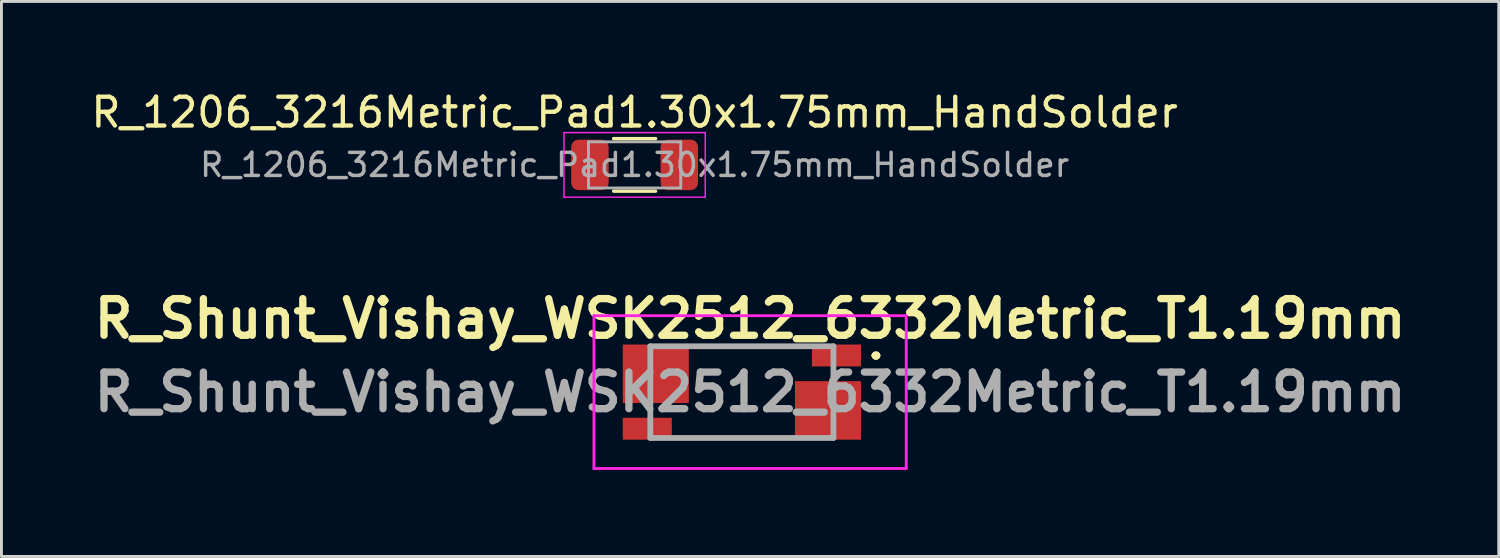
<source format=kicad_pcb>
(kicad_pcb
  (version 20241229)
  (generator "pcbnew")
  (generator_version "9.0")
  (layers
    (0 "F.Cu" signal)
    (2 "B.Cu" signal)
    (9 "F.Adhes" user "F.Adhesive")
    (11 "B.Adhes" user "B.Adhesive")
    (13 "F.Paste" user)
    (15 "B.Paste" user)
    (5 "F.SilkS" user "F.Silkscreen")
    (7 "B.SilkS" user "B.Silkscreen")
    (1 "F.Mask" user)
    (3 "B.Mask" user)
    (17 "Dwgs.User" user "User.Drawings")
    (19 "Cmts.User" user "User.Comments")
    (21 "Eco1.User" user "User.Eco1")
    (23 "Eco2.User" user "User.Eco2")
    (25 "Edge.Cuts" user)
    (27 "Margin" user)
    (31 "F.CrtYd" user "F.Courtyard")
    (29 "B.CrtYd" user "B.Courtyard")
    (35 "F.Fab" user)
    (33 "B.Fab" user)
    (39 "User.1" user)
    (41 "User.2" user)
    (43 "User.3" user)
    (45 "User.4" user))
  (footprint "R_Shunt_Vishay_WSK2512_6332Metric_T1.19mm"
    (layer "F.Cu")
    (at 22.678 10.548)
    (property "Reference" "R_Shunt_Vishay_WSK2512_6332Metric_T1.19mm" (at 0.285 -2.546 0) (layer "F.SilkS") (effects (font (size 1.27 1.27) (thickness 0.254))))
    (attr smd)
    (fp_line (start -1.75 1.59) (end -1.75 1.59) (stroke (width 0.1) (type solid)) (layer "F.SilkS"))
    (fp_line (start -1.75 1.59) (end 1.25 1.59) (stroke (width 0.1) (type solid)) (layer "F.SilkS"))
    (fp_line (start -1.25 -1.59) (end -1.25 -1.59) (stroke (width 0.1) (type solid)) (layer "F.SilkS"))
    (fp_line (start -1.25 -1.59) (end 1.75 -1.59) (stroke (width 0.1) (type solid)) (layer "F.SilkS"))
    (fp_line (start 1.25 1.59) (end -1.75 1.59) (stroke (width 0.1) (type solid)) (layer "F.SilkS"))
    (fp_line (start 1.25 1.59) (end 1.25 1.59) (stroke (width 0.1) (type solid)) (layer "F.SilkS"))
    (fp_line (start 1.75 -1.59) (end -1.25 -1.59) (stroke (width 0.1) (type solid)) (layer "F.SilkS"))
    (fp_line (start 1.75 -1.59) (end 1.75 -1.59) (stroke (width 0.1) (type solid)) (layer "F.SilkS"))
    (fp_line (start 4.6 -1.27) (end 4.6 -1.27) (stroke (width 0.2) (type solid)) (layer "F.SilkS"))
    (fp_line (start 4.6 -1.27) (end 4.6 -1.27) (stroke (width 0.2) (type solid)) (layer "F.SilkS"))
    (fp_line (start 4.7 -1.27) (end 4.7 -1.27) (stroke (width 0.2) (type solid)) (layer "F.SilkS"))
    (fp_arc (start 4.6 -1.27) (mid 4.65 -1.32) (end 4.7 -1.27) (stroke (width 0.2) (type solid)) (layer "F.SilkS"))
    (fp_arc (start 4.7 -1.27) (mid 4.65 -1.22) (end 4.6 -1.27) (stroke (width 0.2) (type solid)) (layer "F.SilkS"))
    (fp_arc (start 4.7 -1.27) (mid 4.65 -1.22) (end 4.6 -1.27) (stroke (width 0.2) (type solid)) (layer "F.SilkS"))
    (fp_line (start -5.13 -2.65) (end 5.7 -2.65) (stroke (width 0.1) (type solid)) (layer "F.CrtYd"))
    (fp_line (start -5.13 2.65) (end -5.13 -2.65) (stroke (width 0.1) (type solid)) (layer "F.CrtYd"))
    (fp_line (start 5.7 -2.65) (end 5.7 2.65) (stroke (width 0.1) (type solid)) (layer "F.CrtYd"))
    (fp_line (start 5.7 2.65) (end -5.13 2.65) (stroke (width 0.1) (type solid)) (layer "F.CrtYd"))
    (fp_line (start -3.175 -1.59) (end -3.175 1.59) (stroke (width 0.2) (type solid)) (layer "F.Fab"))
    (fp_line (start -3.175 1.59) (end 3.175 1.59) (stroke (width 0.2) (type solid)) (layer "F.Fab"))
    (fp_line (start 3.175 -1.59) (end -3.175 -1.59) (stroke (width 0.2) (type solid)) (layer "F.Fab"))
    (fp_line (start 3.175 1.59) (end 3.175 -1.59) (stroke (width 0.2) (type solid)) (layer "F.Fab"))
    (fp_text user "${REFERENCE}" (at 0.285 0 0) (layer "F.Fab") (effects (font (size 1.27 1.27) (thickness 0.254))))
    (pad "E1" smd rect (at 3.28 -1.27 90) (size 0.76 1.7) (layers "F.Cu" "F.Mask" "F.Paste"))
    (pad "E2" smd rect (at -3.28 1.27 90) (size 0.76 1.7) (layers "F.Cu" "F.Mask" "F.Paste"))
    (pad "I1" smd rect (at 2.985 0.635 90) (size 2.03 2.29) (layers "F.Cu" "F.Mask" "F.Paste"))
    (pad "I2" smd rect (at -2.985 -0.635 90) (size 2.03 2.29) (layers "F.Cu" "F.Mask" "F.Paste")))
  (footprint "R_1206_3216Metric_Pad1.30x1.75mm_HandSolder"
    (layer "F.Cu")
    (at 18.958 2.668)
    (property "Reference" "R_1206_3216Metric_Pad1.30x1.75mm_HandSolder" (at 0 -1.82 0) (layer "F.SilkS") (effects (font (size 1 1) (thickness 0.15))))
    (attr smd)
    (fp_line (start -0.727 -0.91) (end 0.727 -0.91) (stroke (width 0.12) (type solid)) (layer "F.SilkS"))
    (fp_line (start -0.727 0.91) (end 0.727 0.91) (stroke (width 0.12) (type solid)) (layer "F.SilkS"))
    (fp_line (start -2.45 -1.12) (end 2.45 -1.12) (stroke (width 0.05) (type solid)) (layer "F.CrtYd"))
    (fp_line (start -2.45 1.12) (end -2.45 -1.12) (stroke (width 0.05) (type solid)) (layer "F.CrtYd"))
    (fp_line (start 2.45 -1.12) (end 2.45 1.12) (stroke (width 0.05) (type solid)) (layer "F.CrtYd"))
    (fp_line (start 2.45 1.12) (end -2.45 1.12) (stroke (width 0.05) (type solid)) (layer "F.CrtYd"))
    (fp_line (start -1.6 -0.8) (end 1.6 -0.8) (stroke (width 0.1) (type solid)) (layer "F.Fab"))
    (fp_line (start -1.6 0.8) (end -1.6 -0.8) (stroke (width 0.1) (type solid)) (layer "F.Fab"))
    (fp_line (start 1.6 -0.8) (end 1.6 0.8) (stroke (width 0.1) (type solid)) (layer "F.Fab"))
    (fp_line (start 1.6 0.8) (end -1.6 0.8) (stroke (width 0.1) (type solid)) (layer "F.Fab"))
    (fp_text user "${REFERENCE}" (at 0 0 0) (layer "F.Fab") (effects (font (size 0.8 0.8) (thickness 0.12))))
    (pad "1" smd roundrect (at -1.55 0) (size 1.3 1.75) (layers "F.Cu" "F.Mask" "F.Paste") (roundrect_rratio 0.192))
    (pad "2" smd roundrect (at 1.55 0) (size 1.3 1.75) (layers "F.Cu" "F.Mask" "F.Paste") (roundrect_rratio 0.192)))
  (gr_rect
    (start -3 -3)
    (end 48.926 16.248)
    (stroke (width 0.1) (type default))
    (fill no)
    (layer "Edge.Cuts")))
</source>
